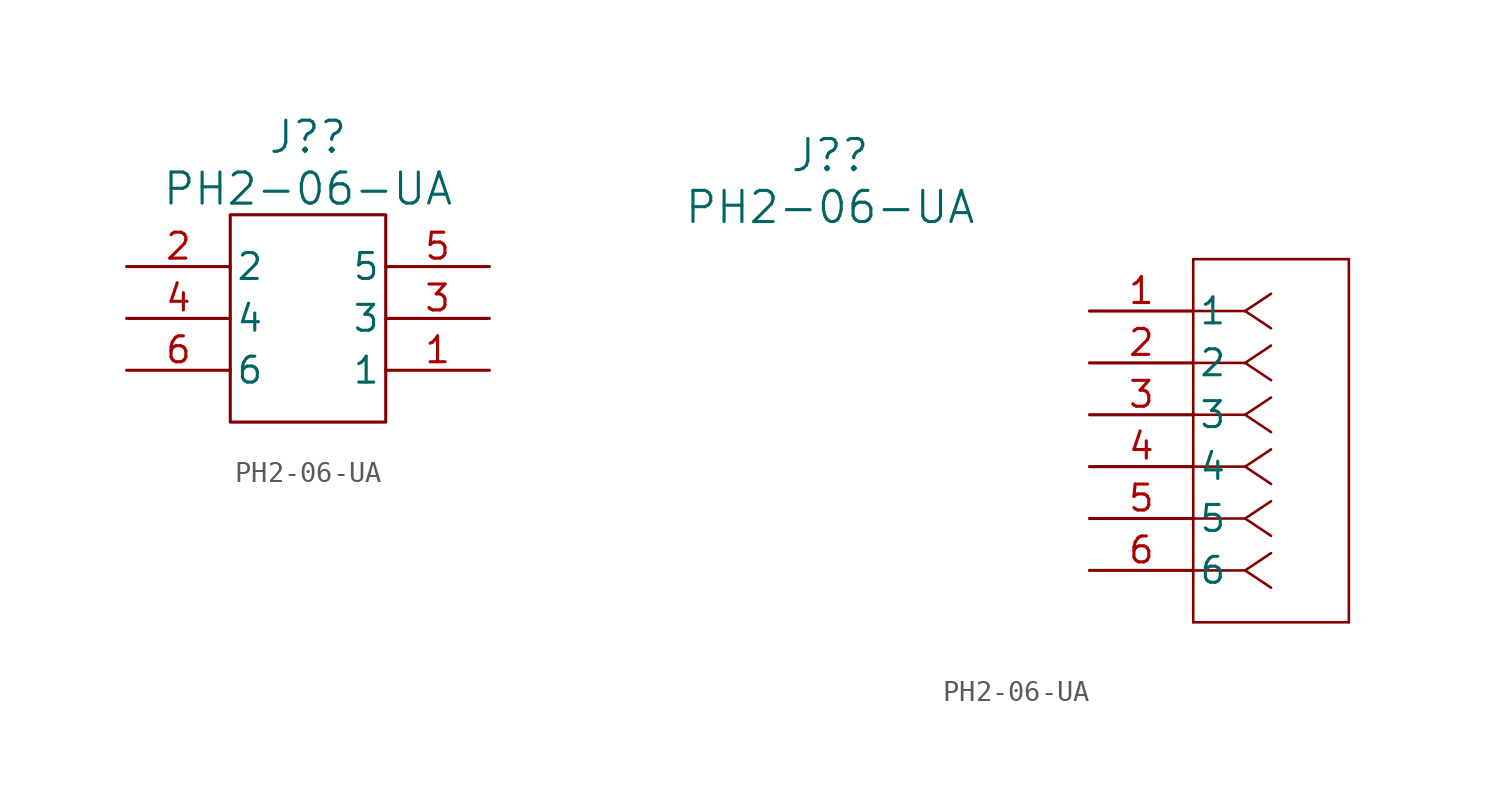
<source format=kicad_sym>
(kicad_symbol_lib
  (version 20220914)
  (generator kicad_symbol_editor)
  (symbol "PH2-06-UA"
    (pin_names
      (offset 0.254))
    (property "Reference" "J?"
      (at -12.7 7.62 0)
      (effects (font (size 1.524 1.524))))
    (property "Value" "PH2-06-UA"
      (at -12.7 5.08 0)
      (effects (font (size 1.524 1.524))))
    (property "ki_locked" ""
      (at 0 0 0)
      (effects (font (size 1.27 1.27))))
    (symbol "PH2-06-UA_1_1"
      (rectangle (start -16.51 3.81) (end -8.89 -6.35) (stroke (width 0) (type default)) (fill (type none)))
      (pin bidirectional line (at -3.81 -3.81 180) (length 5.08) (name "1" (effects (font (size 1.27 1.27)))) (number "1" (effects (font (size 1.27 1.27)))))
      (pin power_out line (at -21.59 1.27 0) (length 5.08) (name "2" (effects (font (size 1.27 1.27)))) (number "2" (effects (font (size 1.27 1.27)))))
      (pin bidirectional line (at -3.81 -1.27 180) (length 5.08) (name "3" (effects (font (size 1.27 1.27)))) (number "3" (effects (font (size 1.27 1.27)))))
      (pin bidirectional line (at -21.59 -1.27 0) (length 5.08) (name "4" (effects (font (size 1.27 1.27)))) (number "4" (effects (font (size 1.27 1.27)))))
      (pin input line (at -3.81 1.27 180) (length 5.08) (name "5" (effects (font (size 1.27 1.27)))) (number "5" (effects (font (size 1.27 1.27)))))
      (pin power_in line (at -21.59 -3.81 0) (length 5.08) (name "6" (effects (font (size 1.27 1.27)))) (number "6" (effects (font (size 1.27 1.27))))))
    (symbol "PH2-06-UA_1_2"
      (polyline (pts (xy 5.08 -15.24) (xy 12.7 -15.24)) (stroke (width 0.127) (type default)) (fill (type none)))
      (polyline (pts (xy 5.08 2.54) (xy 5.08 -15.24)) (stroke (width 0.127) (type default)) (fill (type none)))
      (polyline (pts (xy 7.62 -12.7) (xy 5.08 -12.7)) (stroke (width 0.127) (type default)) (fill (type none)))
      (polyline (pts (xy 7.62 -12.7) (xy 8.89 -13.547)) (stroke (width 0.127) (type default)) (fill (type none)))
      (polyline (pts (xy 7.62 -12.7) (xy 8.89 -11.853)) (stroke (width 0.127) (type default)) (fill (type none)))
      (polyline (pts (xy 7.62 -10.16) (xy 5.08 -10.16)) (stroke (width 0.127) (type default)) (fill (type none)))
      (polyline (pts (xy 7.62 -10.16) (xy 8.89 -11.007)) (stroke (width 0.127) (type default)) (fill (type none)))
      (polyline (pts (xy 7.62 -10.16) (xy 8.89 -9.313)) (stroke (width 0.127) (type default)) (fill (type none)))
      (polyline (pts (xy 7.62 -7.62) (xy 5.08 -7.62)) (stroke (width 0.127) (type default)) (fill (type none)))
      (polyline (pts (xy 7.62 -7.62) (xy 8.89 -8.467)) (stroke (width 0.127) (type default)) (fill (type none)))
      (polyline (pts (xy 7.62 -7.62) (xy 8.89 -6.773)) (stroke (width 0.127) (type default)) (fill (type none)))
      (polyline (pts (xy 7.62 -5.08) (xy 5.08 -5.08)) (stroke (width 0.127) (type default)) (fill (type none)))
      (polyline (pts (xy 7.62 -5.08) (xy 8.89 -5.927)) (stroke (width 0.127) (type default)) (fill (type none)))
      (polyline (pts (xy 7.62 -5.08) (xy 8.89 -4.233)) (stroke (width 0.127) (type default)) (fill (type none)))
      (polyline (pts (xy 7.62 -2.54) (xy 5.08 -2.54)) (stroke (width 0.127) (type default)) (fill (type none)))
      (polyline (pts (xy 7.62 -2.54) (xy 8.89 -3.387)) (stroke (width 0.127) (type default)) (fill (type none)))
      (polyline (pts (xy 7.62 -2.54) (xy 8.89 -1.693)) (stroke (width 0.127) (type default)) (fill (type none)))
      (polyline (pts (xy 7.62 0) (xy 5.08 0)) (stroke (width 0.127) (type default)) (fill (type none)))
      (polyline (pts (xy 7.62 0) (xy 8.89 -0.847)) (stroke (width 0.127) (type default)) (fill (type none)))
      (polyline (pts (xy 7.62 0) (xy 8.89 0.847)) (stroke (width 0.127) (type default)) (fill (type none)))
      (polyline (pts (xy 12.7 -15.24) (xy 12.7 2.54)) (stroke (width 0.127) (type default)) (fill (type none)))
      (polyline (pts (xy 12.7 2.54) (xy 5.08 2.54)) (stroke (width 0.127) (type default)) (fill (type none)))
      (pin unspecified line (at 0 0 0) (length 5.08) (name "1" (effects (font (size 1.27 1.27)))) (number "1" (effects (font (size 1.27 1.27)))))
      (pin unspecified line (at 0 -2.54 0) (length 5.08) (name "2" (effects (font (size 1.27 1.27)))) (number "2" (effects (font (size 1.27 1.27)))))
      (pin unspecified line (at 0 -5.08 0) (length 5.08) (name "3" (effects (font (size 1.27 1.27)))) (number "3" (effects (font (size 1.27 1.27)))))
      (pin unspecified line (at 0 -7.62 0) (length 5.08) (name "4" (effects (font (size 1.27 1.27)))) (number "4" (effects (font (size 1.27 1.27)))))
      (pin unspecified line (at 0 -10.16 0) (length 5.08) (name "5" (effects (font (size 1.27 1.27)))) (number "5" (effects (font (size 1.27 1.27)))))
      (pin unspecified line (at 0 -12.7 0) (length 5.08) (name "6" (effects (font (size 1.27 1.27)))) (number "6" (effects (font (size 1.27 1.27))))))))
</source>
